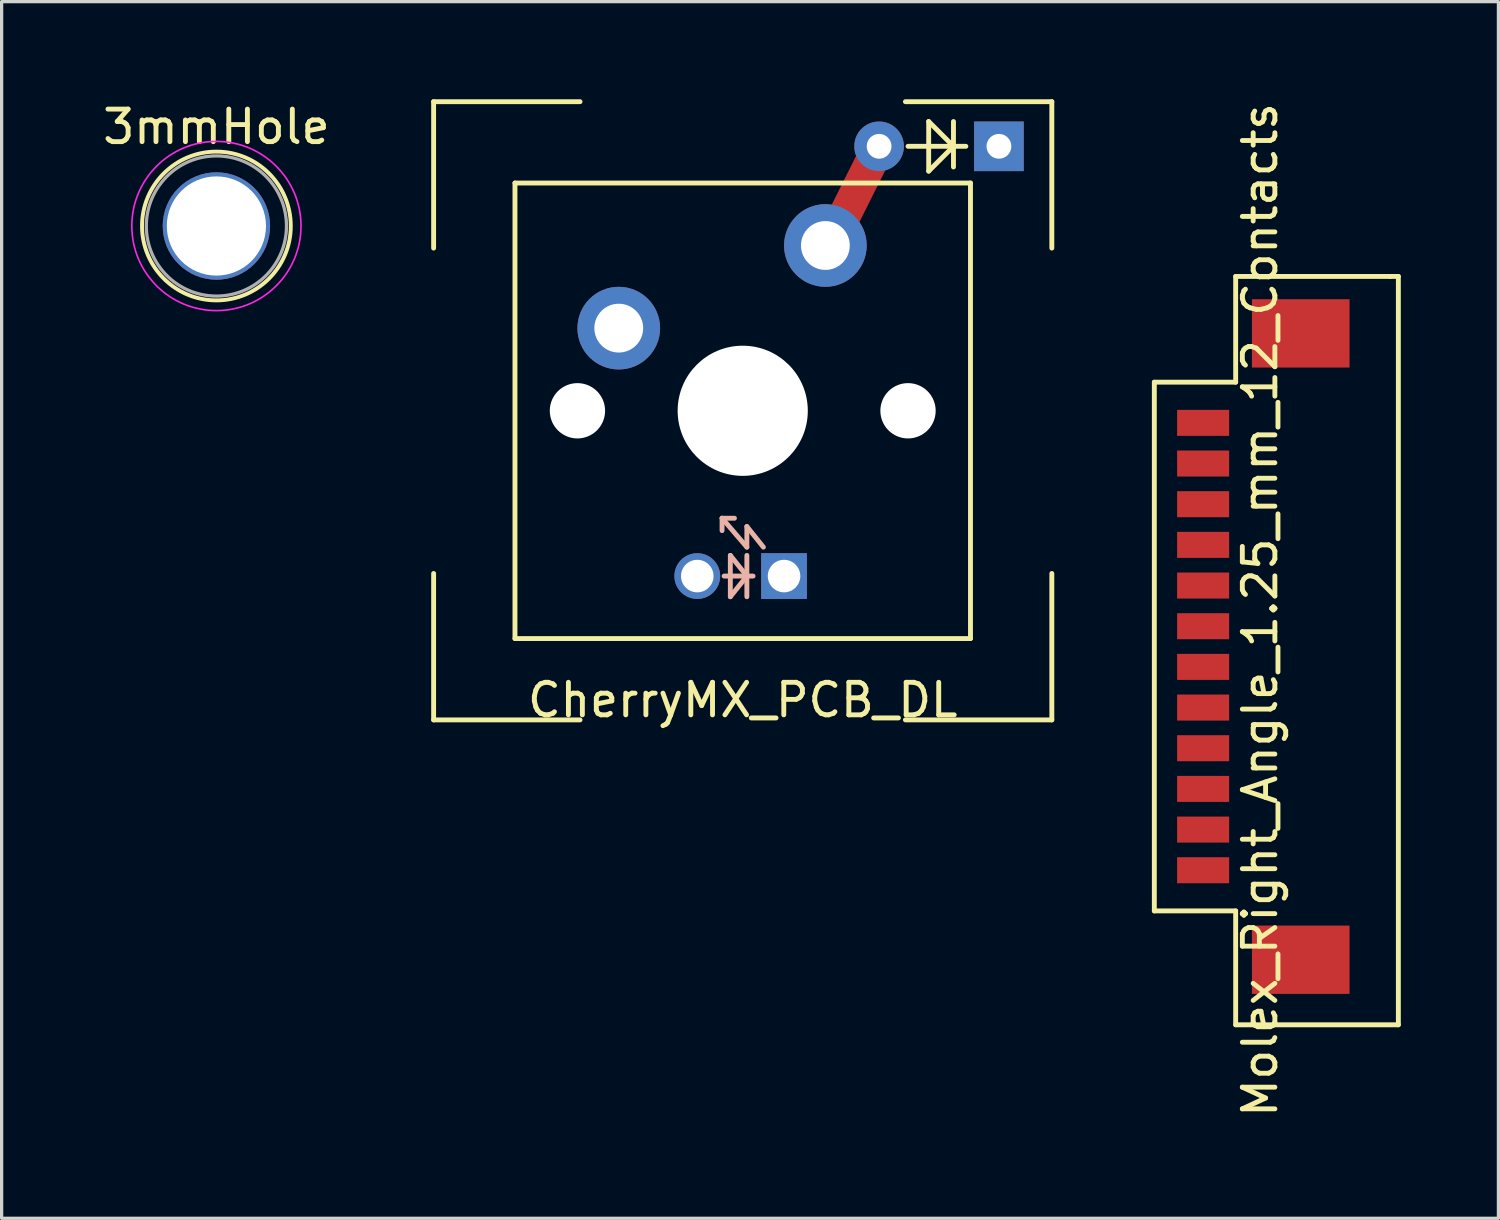
<source format=kicad_pcb>
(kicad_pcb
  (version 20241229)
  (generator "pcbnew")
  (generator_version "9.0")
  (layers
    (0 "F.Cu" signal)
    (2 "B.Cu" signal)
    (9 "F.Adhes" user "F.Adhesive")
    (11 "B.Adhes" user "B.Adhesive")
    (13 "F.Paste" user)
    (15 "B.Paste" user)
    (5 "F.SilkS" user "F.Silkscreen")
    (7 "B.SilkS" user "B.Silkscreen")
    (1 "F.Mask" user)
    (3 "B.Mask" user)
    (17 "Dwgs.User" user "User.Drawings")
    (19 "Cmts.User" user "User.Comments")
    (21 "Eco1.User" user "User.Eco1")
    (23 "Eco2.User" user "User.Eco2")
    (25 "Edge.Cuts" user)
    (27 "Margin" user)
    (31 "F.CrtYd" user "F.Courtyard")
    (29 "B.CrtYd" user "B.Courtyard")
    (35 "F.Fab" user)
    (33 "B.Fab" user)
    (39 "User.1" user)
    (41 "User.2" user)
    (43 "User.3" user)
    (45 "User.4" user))
  (footprint "CherryMX_PCB_DL"
    (layer "F.Cu")
    (at 19.777 9.575)
    (property "Reference" "CherryMX_PCB_DL" (at 0 8.89 0) (layer "F.SilkS") (effects (font (size 1 1) (thickness 0.15))))
    (attr through_hole)
    (fp_line (start 3.048 -5.842) (end 3.937 -7.62) (stroke (width 1) (type solid)) (layer "F.Cu"))
    (fp_line (start -9.5 -9.5) (end -9.5 -5) (stroke (width 0.15) (type solid)) (layer "F.SilkS"))
    (fp_line (start -9.5 -9.5) (end -5 -9.5) (stroke (width 0.15) (type solid)) (layer "F.SilkS"))
    (fp_line (start -9.5 5) (end -9.5 9.5) (stroke (width 0.15) (type solid)) (layer "F.SilkS"))
    (fp_line (start -9.5 9.5) (end -5 9.5) (stroke (width 0.15) (type solid)) (layer "F.SilkS"))
    (fp_line (start -7 -7) (end 7 -7) (stroke (width 0.15) (type solid)) (layer "F.SilkS"))
    (fp_line (start -7 7) (end -7 -7) (stroke (width 0.15) (type solid)) (layer "F.SilkS"))
    (fp_line (start 5 9.5) (end 9.5 9.5) (stroke (width 0.15) (type solid)) (layer "F.SilkS"))
    (fp_line (start 5.08 -8.128) (end 6.858 -8.128) (stroke (width 0.15) (type solid)) (layer "F.SilkS"))
    (fp_line (start 5.715 -8.89) (end 5.715 -7.366) (stroke (width 0.15) (type solid)) (layer "F.SilkS"))
    (fp_line (start 5.715 -7.366) (end 6.477 -8.128) (stroke (width 0.15) (type solid)) (layer "F.SilkS"))
    (fp_line (start 6.477 -8.89) (end 6.477 -7.493) (stroke (width 0.15) (type solid)) (layer "F.SilkS"))
    (fp_line (start 6.477 -8.128) (end 5.715 -8.89) (stroke (width 0.15) (type solid)) (layer "F.SilkS"))
    (fp_line (start 7 -7) (end 7 7) (stroke (width 0.15) (type solid)) (layer "F.SilkS"))
    (fp_line (start 7 7) (end -7 7) (stroke (width 0.15) (type solid)) (layer "F.SilkS"))
    (fp_line (start 9.5 -9.5) (end 5 -9.5) (stroke (width 0.15) (type solid)) (layer "F.SilkS"))
    (fp_line (start 9.5 -5) (end 9.5 -9.5) (stroke (width 0.15) (type solid)) (layer "F.SilkS"))
    (fp_line (start 9.5 5) (end 9.5 9.5) (stroke (width 0.15) (type solid)) (layer "F.SilkS"))
    (fp_line (start -0.635 3.302) (end -0.635 3.683) (stroke (width 0.15) (type solid)) (layer "B.SilkS"))
    (fp_line (start -0.635 3.302) (end -0.254 3.302) (stroke (width 0.15) (type solid)) (layer "B.SilkS"))
    (fp_line (start -0.381 5.715) (end -0.381 4.445) (stroke (width 0.15) (type solid)) (layer "B.SilkS"))
    (fp_line (start -0.381 5.715) (end 0.127 5.08) (stroke (width 0.15) (type solid)) (layer "B.SilkS"))
    (fp_line (start 0.127 3.556) (end 0.127 4.191) (stroke (width 0.15) (type solid)) (layer "B.SilkS"))
    (fp_line (start 0.127 4.191) (end -0.635 3.302) (stroke (width 0.15) (type solid)) (layer "B.SilkS"))
    (fp_line (start 0.127 4.445) (end 0.127 5.715) (stroke (width 0.15) (type solid)) (layer "B.SilkS"))
    (fp_line (start 0.127 5.08) (end -0.381 4.445) (stroke (width 0.15) (type solid)) (layer "B.SilkS"))
    (fp_line (start 0.318 5.08) (end -0.572 5.08) (stroke (width 0.15) (type solid)) (layer "B.SilkS"))
    (fp_line (start 0.635 4.191) (end 0.127 3.556) (stroke (width 0.15) (type solid)) (layer "B.SilkS"))
    (pad "" np_thru_hole circle (at -5.08 0) (size 1.7 1.7) (drill 1.7) (layers "*.Cu" "*.Mask"))
    (pad "" np_thru_hole circle (at 0 0) (size 4 4) (drill 4) (layers "*.Cu" "*.Mask"))
    (pad "" thru_hole circle (at 2.54 -5.08) (size 2.54 2.54) (drill 1.5) (layers "*.Cu" "*.Mask"))
    (pad "" thru_hole circle (at 4.191 -8.128) (size 1.524 1.524) (drill 0.762) (layers "*.Cu" "*.Mask"))
    (pad "" np_thru_hole circle (at 5.08 0) (size 1.7 1.7) (drill 1.7) (layers "*.Cu" "*.Mask"))
    (pad "1" thru_hole circle (at -3.81 -2.54) (size 2.54 2.54) (drill 1.5) (layers "*.Cu" "*.Mask"))
    (pad "2" thru_hole rect (at 7.874 -8.128) (size 1.524 1.524) (drill 0.762) (layers "*.Cu" "*.Mask"))
    (pad "3" thru_hole rect (at 1.27 5.08) (size 1.406 1.406) (drill 1) (layers "*.Cu" "*.Mask"))
    (pad "4" thru_hole circle (at -1.397 5.08) (size 1.406 1.406) (drill 1) (layers "*.Cu" "*.Mask")))
  (footprint "3mmHole"
    (layer "F.Cu")
    (at 3.601 3.896)
    (property "Reference" "3mmHole" (at 0 -3.048 0) (layer "F.SilkS") (effects (font (size 1 1) (thickness 0.15))))
    (attr through_hole)
    (fp_circle (center 0 0) (end 0 -2.286) (stroke (width 0.12) (type solid)) (fill no) (layer "F.SilkS"))
    (fp_circle (center 0 0) (end 2.6 0) (stroke (width 0.05) (type solid)) (fill no) (layer "F.CrtYd"))
    (fp_circle (center 0 0) (end 2 0.8) (stroke (width 0.1) (type solid)) (fill no) (layer "F.Fab"))
    (pad "" np_thru_hole circle (at 0 0) (size 3.3 3.3) (drill 3.048) (layers "*.Cu" "*.Mask")))
  (footprint "Molex_Right_Angle_1.25_mm_12_Contacts"
    (layer "F.Cu")
    (at 33.927 16.946)
    (property "Reference" "Molex_Right_Angle_1.25_mm_12_Contacts" (at 1.75 -1.25 270) (layer "F.SilkS") (effects (font (size 1 1) (thickness 0.15))))
    (attr through_hole)
    (fp_line (start -1.5 -8.25) (end -1.5 8) (stroke (width 0.15) (type solid)) (layer "F.SilkS"))
    (fp_line (start -1.5 8) (end 1 8) (stroke (width 0.15) (type solid)) (layer "F.SilkS"))
    (fp_line (start 1 -11.5) (end 1 -8.25) (stroke (width 0.15) (type solid)) (layer "F.SilkS"))
    (fp_line (start 1 -8.25) (end -1.5 -8.25) (stroke (width 0.15) (type solid)) (layer "F.SilkS"))
    (fp_line (start 1 8) (end 1 11.5) (stroke (width 0.15) (type solid)) (layer "F.SilkS"))
    (fp_line (start 1 11.5) (end 6 11.5) (stroke (width 0.15) (type solid)) (layer "F.SilkS"))
    (fp_line (start 5.75 -11.5) (end 1 -11.5) (stroke (width 0.15) (type solid)) (layer "F.SilkS"))
    (fp_line (start 6 -11.5) (end 5.75 -11.5) (stroke (width 0.15) (type solid)) (layer "F.SilkS"))
    (fp_line (start 6 11.5) (end 6 -11.5) (stroke (width 0.15) (type solid)) (layer "F.SilkS"))
    (pad "" smd rect (at 3 -9.75) (size 3 2.1) (layers "F.Cu" "F.Mask" "F.Paste"))
    (pad "" smd rect (at 3 9.5) (size 3 2.1) (layers "F.Cu" "F.Mask" "F.Paste"))
    (pad "1" smd rect (at 0 -7) (size 1.6 0.8) (layers "F.Cu" "F.Mask" "F.Paste"))
    (pad "2" smd rect (at 0 -5.75) (size 1.6 0.8) (layers "F.Cu" "F.Mask" "F.Paste"))
    (pad "3" smd rect (at 0 -4.5) (size 1.6 0.8) (layers "F.Cu" "F.Mask" "F.Paste"))
    (pad "4" smd rect (at 0 -3.25) (size 1.6 0.8) (layers "F.Cu" "F.Mask" "F.Paste"))
    (pad "5" smd rect (at 0 -2) (size 1.6 0.8) (layers "F.Cu" "F.Mask" "F.Paste"))
    (pad "6" smd rect (at 0 -0.75) (size 1.6 0.8) (layers "F.Cu" "F.Mask" "F.Paste"))
    (pad "7" smd rect (at 0 0.5) (size 1.6 0.8) (layers "F.Cu" "F.Mask" "F.Paste"))
    (pad "8" smd rect (at 0 1.75) (size 1.6 0.8) (layers "F.Cu" "F.Mask" "F.Paste"))
    (pad "9" smd rect (at 0 3) (size 1.6 0.8) (layers "F.Cu" "F.Mask" "F.Paste"))
    (pad "10" smd rect (at 0 4.25) (size 1.6 0.8) (layers "F.Cu" "F.Mask" "F.Paste"))
    (pad "11" smd rect (at 0 5.5) (size 1.6 0.8) (layers "F.Cu" "F.Mask" "F.Paste"))
    (pad "12" smd rect (at 0 6.75) (size 1.6 0.8) (layers "F.Cu" "F.Mask" "F.Paste")))
  (gr_rect
    (start -3 -3)
    (end 43.002 34.393)
    (stroke (width 0.1) (type default))
    (fill no)
    (layer "Edge.Cuts")))
</source>
